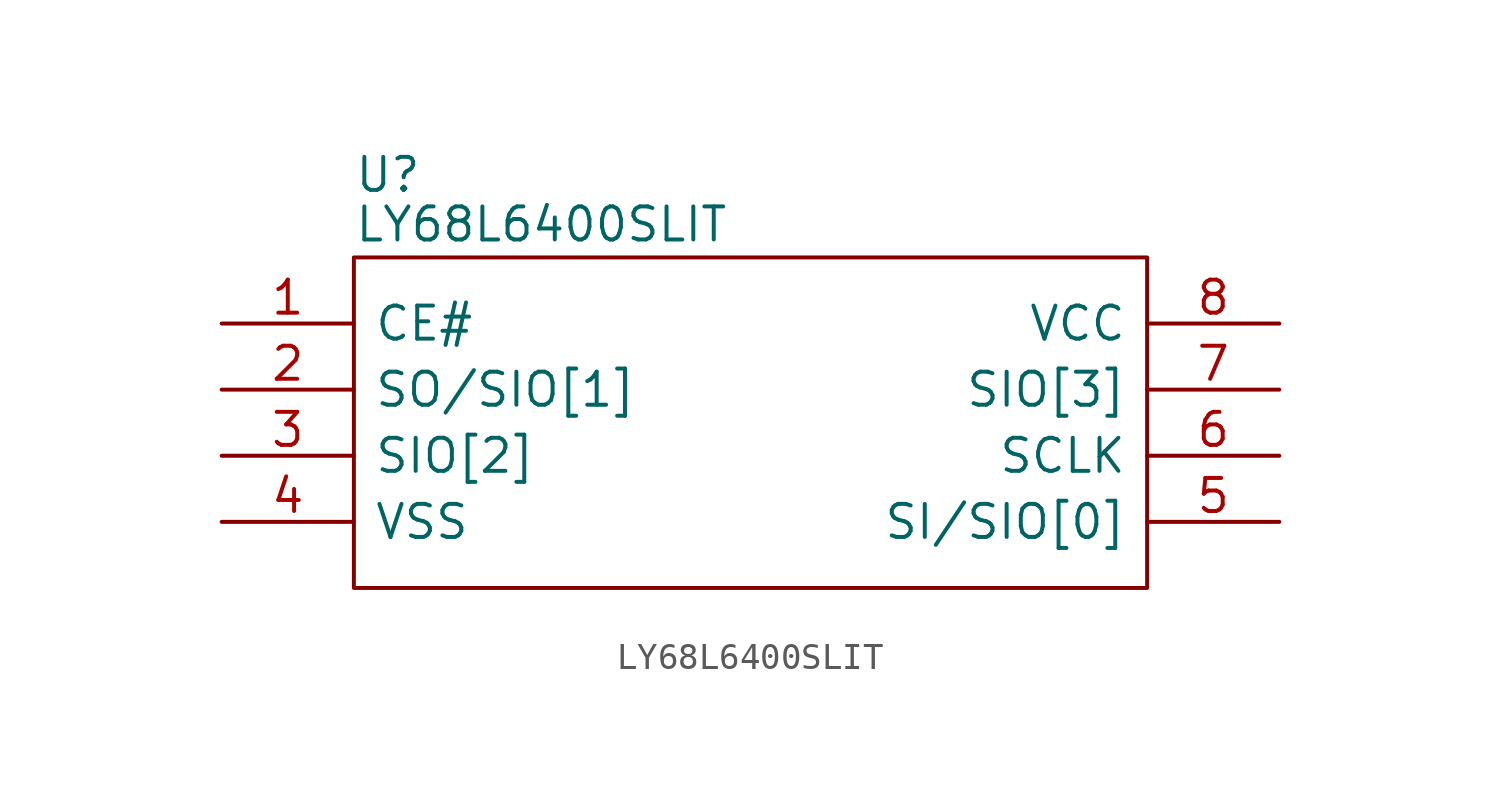
<source format=kicad_sym>
(kicad_symbol_lib
  (version 20211014)
  (generator kicad_symbol_editor)
  (symbol "LY68L6400SLIT"
    (pin_names
      (offset 0.762))
    (property "Reference" "U"
      (at -15.24 9.525 0)
      (effects (font (size 1.27 1.27)) (justify left)))
    (property "Value" "LY68L6400SLIT"
      (at -15.24 7.62 0)
      (effects (font (size 1.27 1.27)) (justify left)))
    (symbol "LY68L6400SLIT_0_0"
      (pin passive line (at -20.32 3.81 0) (length 5.08) (name "CE#" (effects (font (size 1.27 1.27)))) (number "1" (effects (font (size 1.27 1.27)))))
      (pin passive line (at -20.32 1.27 0) (length 5.08) (name "SO/SIO[1]" (effects (font (size 1.27 1.27)))) (number "2" (effects (font (size 1.27 1.27)))))
      (pin passive line (at -20.32 -1.27 0) (length 5.08) (name "SIO[2]" (effects (font (size 1.27 1.27)))) (number "3" (effects (font (size 1.27 1.27)))))
      (pin passive line (at -20.32 -3.81 0) (length 5.08) (name "VSS" (effects (font (size 1.27 1.27)))) (number "4" (effects (font (size 1.27 1.27)))))
      (pin passive line (at 20.32 -3.81 180) (length 5.08) (name "SI/SIO[0]" (effects (font (size 1.27 1.27)))) (number "5" (effects (font (size 1.27 1.27)))))
      (pin passive line (at 20.32 -1.27 180) (length 5.08) (name "SCLK" (effects (font (size 1.27 1.27)))) (number "6" (effects (font (size 1.27 1.27)))))
      (pin passive line (at 20.32 1.27 180) (length 5.08) (name "SIO[3]" (effects (font (size 1.27 1.27)))) (number "7" (effects (font (size 1.27 1.27)))))
      (pin passive line (at 20.32 3.81 180) (length 5.08) (name "VCC" (effects (font (size 1.27 1.27)))) (number "8" (effects (font (size 1.27 1.27))))))
    (symbol "LY68L6400SLIT_0_1"
      (polyline (pts (xy -15.24 6.35) (xy 15.24 6.35) (xy 15.24 -6.35) (xy -15.24 -6.35) (xy -15.24 6.35)) (stroke (width 0.152) (type default) (color 0 0 0 0)) (fill (type none))))))
</source>
